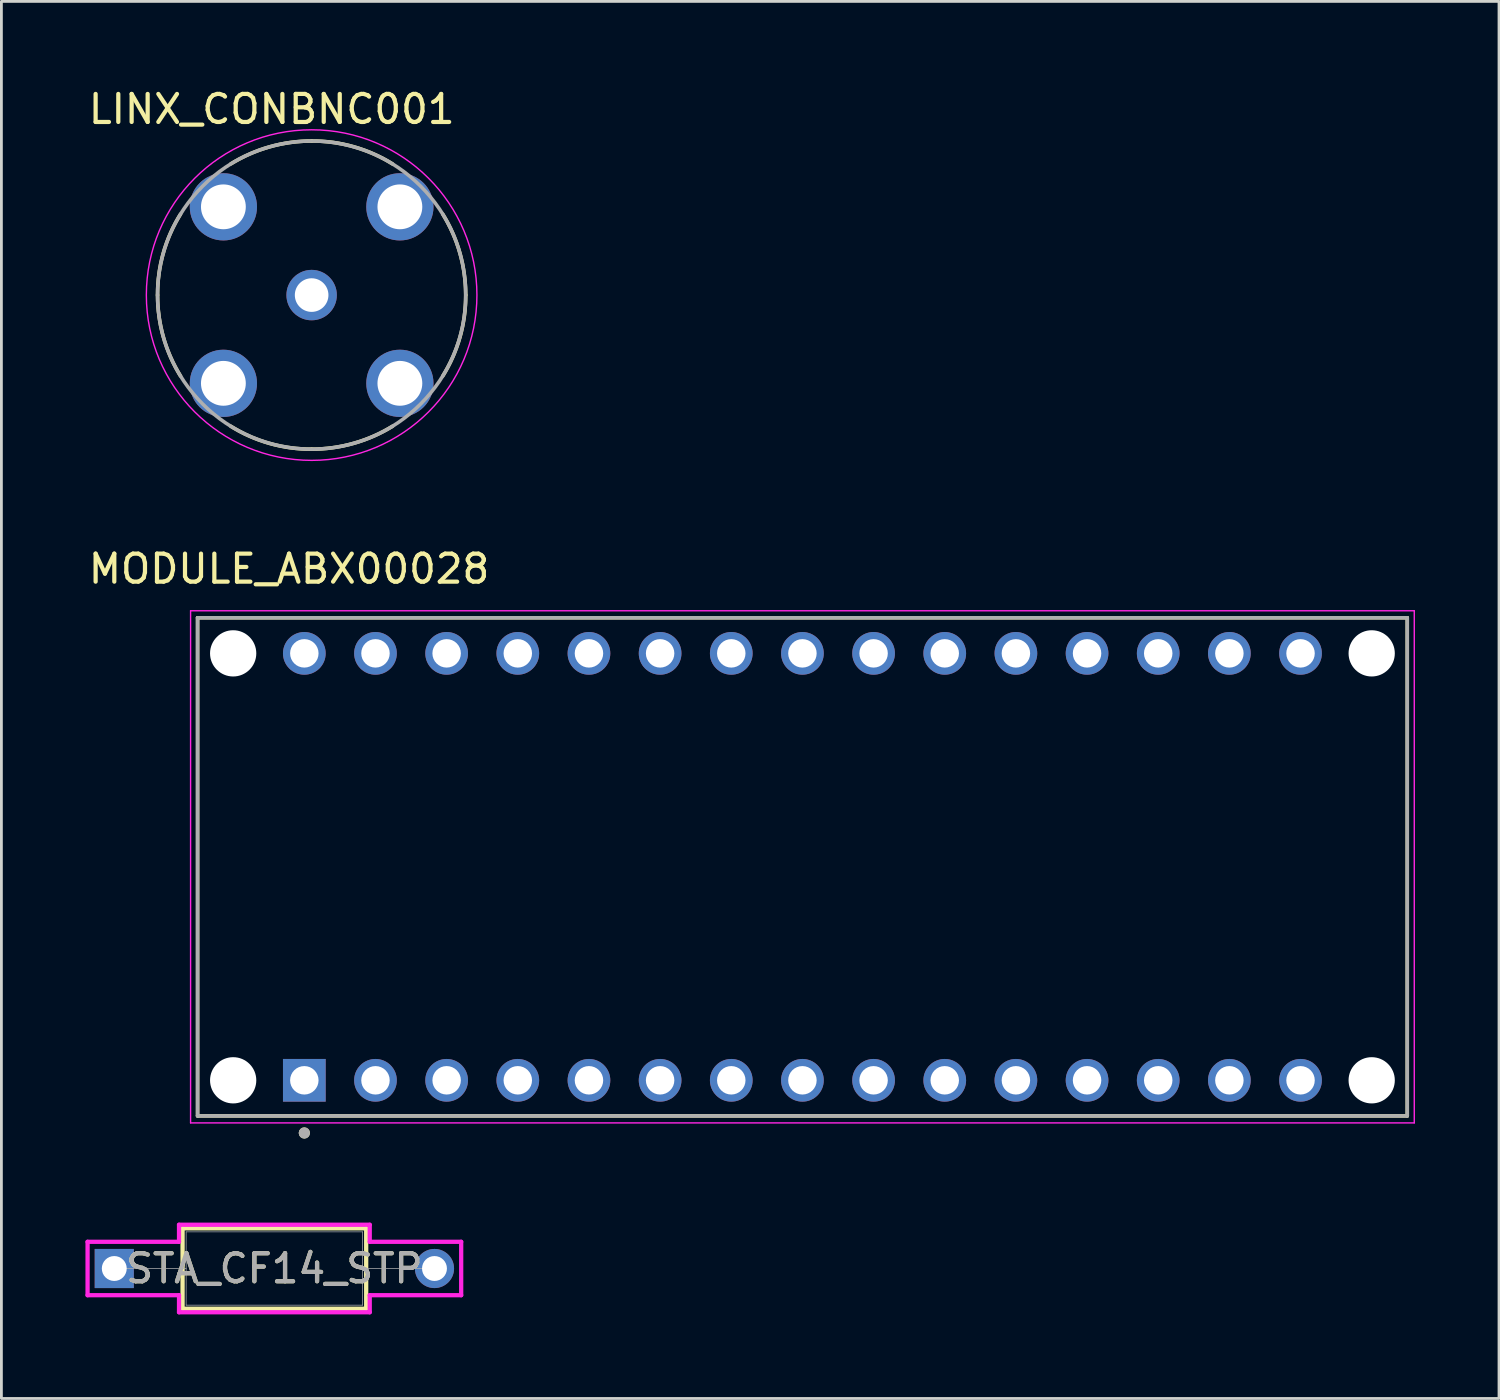
<source format=kicad_pcb>
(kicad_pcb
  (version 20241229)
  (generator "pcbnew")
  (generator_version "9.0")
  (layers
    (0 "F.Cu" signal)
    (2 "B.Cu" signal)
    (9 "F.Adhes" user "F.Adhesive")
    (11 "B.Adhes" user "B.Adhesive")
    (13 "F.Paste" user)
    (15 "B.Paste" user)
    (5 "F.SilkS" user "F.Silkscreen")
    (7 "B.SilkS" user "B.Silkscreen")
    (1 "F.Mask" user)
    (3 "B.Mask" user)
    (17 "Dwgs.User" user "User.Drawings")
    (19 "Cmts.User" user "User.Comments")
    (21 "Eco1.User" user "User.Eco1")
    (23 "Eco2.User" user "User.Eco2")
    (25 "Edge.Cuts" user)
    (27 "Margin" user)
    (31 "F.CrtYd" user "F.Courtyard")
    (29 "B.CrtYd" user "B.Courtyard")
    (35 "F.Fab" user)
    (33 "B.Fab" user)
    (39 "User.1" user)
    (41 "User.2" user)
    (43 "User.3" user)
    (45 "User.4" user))
  (footprint "STA_CF14_STP"
    (layer "F.Cu")
    (at 1.029 42.23)
    (property "Reference" "STA_CF14_STP" (at 5.715 0 0) (unlocked yes) (layer "F.SilkS") (effects (font (size 1 1) (thickness 0.15))))
    (attr through_hole)
    (fp_line (start 2.438 -1.435) (end 2.438 1.435) (stroke (width 0.152) (type solid)) (layer "F.SilkS"))
    (fp_line (start 2.438 1.435) (end 8.992 1.435) (stroke (width 0.152) (type solid)) (layer "F.SilkS"))
    (fp_line (start 8.992 -1.435) (end 2.438 -1.435) (stroke (width 0.152) (type solid)) (layer "F.SilkS"))
    (fp_line (start 8.992 1.435) (end 8.992 -1.435) (stroke (width 0.152) (type solid)) (layer "F.SilkS"))
    (fp_line (start -0.953 -0.953) (end 2.311 -0.953) (stroke (width 0.152) (type solid)) (layer "F.CrtYd"))
    (fp_line (start -0.953 0.953) (end -0.953 -0.953) (stroke (width 0.152) (type solid)) (layer "F.CrtYd"))
    (fp_line (start 2.311 -1.562) (end 9.119 -1.562) (stroke (width 0.152) (type solid)) (layer "F.CrtYd"))
    (fp_line (start 2.311 -0.953) (end 2.311 -1.562) (stroke (width 0.152) (type solid)) (layer "F.CrtYd"))
    (fp_line (start 2.311 0.953) (end -0.953 0.953) (stroke (width 0.152) (type solid)) (layer "F.CrtYd"))
    (fp_line (start 2.311 1.562) (end 2.311 0.953) (stroke (width 0.152) (type solid)) (layer "F.CrtYd"))
    (fp_line (start 9.119 -1.562) (end 9.119 -0.953) (stroke (width 0.152) (type solid)) (layer "F.CrtYd"))
    (fp_line (start 9.119 -0.953) (end 12.383 -0.953) (stroke (width 0.152) (type solid)) (layer "F.CrtYd"))
    (fp_line (start 9.119 0.953) (end 9.119 1.562) (stroke (width 0.152) (type solid)) (layer "F.CrtYd"))
    (fp_line (start 9.119 1.562) (end 2.311 1.562) (stroke (width 0.152) (type solid)) (layer "F.CrtYd"))
    (fp_line (start 12.383 -0.953) (end 12.383 0.953) (stroke (width 0.152) (type solid)) (layer "F.CrtYd"))
    (fp_line (start 12.383 0.953) (end 9.119 0.953) (stroke (width 0.152) (type solid)) (layer "F.CrtYd"))
    (fp_line (start 0 0) (end 2.565 0) (stroke (width 0.025) (type solid)) (layer "F.Fab"))
    (fp_line (start 2.565 -1.308) (end 2.565 1.308) (stroke (width 0.025) (type solid)) (layer "F.Fab"))
    (fp_line (start 2.565 1.308) (end 8.865 1.308) (stroke (width 0.025) (type solid)) (layer "F.Fab"))
    (fp_line (start 8.865 -1.308) (end 2.565 -1.308) (stroke (width 0.025) (type solid)) (layer "F.Fab"))
    (fp_line (start 8.865 1.308) (end 8.865 -1.308) (stroke (width 0.025) (type solid)) (layer "F.Fab"))
    (fp_line (start 11.43 0) (end 8.865 0) (stroke (width 0.025) (type solid)) (layer "F.Fab"))
    (fp_text user "${REFERENCE}" (at 5.715 0 0) (unlocked yes) (layer "F.Fab") (effects (font (size 1 1) (thickness 0.15))))
    (pad "1" thru_hole rect (at 0 0) (size 1.397 1.397) (drill 0.889) (layers "*.Cu" "*.Mask"))
    (pad "2" thru_hole circle (at 11.43 0) (size 1.397 1.397) (drill 0.889) (layers "*.Cu" "*.Mask")))
  (footprint "LINX_CONBNC001"
    (layer "F.Cu")
    (at 8.074 7.483)
    (property "Reference" "LINX_CONBNC001" (at -1.425 -6.635 0) (layer "F.SilkS") (effects (font (size 1 1) (thickness 0.15))))
    (attr through_hole)
    (fp_arc (start -5.5 0) (mid -5.295033 -1.503176) (end -4.68 -2.89) (stroke (width 0.127) (type solid)) (layer "F.SilkS"))
    (fp_arc (start -4.68 2.89) (mid -5.291129 1.502068) (end -5.5 0) (stroke (width 0.127) (type solid)) (layer "F.SilkS"))
    (fp_arc (start -2.89 -4.68) (mid -1.502068 -5.291129) (end 0 -5.5) (stroke (width 0.127) (type solid)) (layer "F.SilkS"))
    (fp_arc (start 0 -5.5) (mid 1.503176 -5.295033) (end 2.89 -4.68) (stroke (width 0.127) (type solid)) (layer "F.SilkS"))
    (fp_arc (start 0 5.5) (mid -1.503176 5.295033) (end -2.89 4.68) (stroke (width 0.127) (type solid)) (layer "F.SilkS"))
    (fp_arc (start 2.89 4.68) (mid 1.502068 5.291129) (end 0 5.5) (stroke (width 0.127) (type solid)) (layer "F.SilkS"))
    (fp_arc (start 4.68 -2.89) (mid 5.291129 -1.502068) (end 5.5 0) (stroke (width 0.127) (type solid)) (layer "F.SilkS"))
    (fp_arc (start 5.5 0) (mid 5.295033 1.503176) (end 4.68 2.89) (stroke (width 0.127) (type solid)) (layer "F.SilkS"))
    (fp_circle (center 0 0) (end 5.9 0) (stroke (width 0.05) (type solid)) (fill no) (layer "F.CrtYd"))
    (fp_circle (center 0 0) (end 5.5 0) (stroke (width 0.127) (type solid)) (fill no) (layer "F.Fab"))
    (pad "1" thru_hole circle (at 0 0) (size 1.8 1.8) (drill 1.2) (layers "*.Cu" "*.Mask"))
    (pad "S1" thru_hole circle (at 3.15 -3.15) (size 2.4 2.4) (drill 1.6) (layers "*.Cu" "*.Mask"))
    (pad "S2" thru_hole circle (at 3.15 3.15) (size 2.4 2.4) (drill 1.6) (layers "*.Cu" "*.Mask"))
    (pad "S3" thru_hole circle (at -3.15 3.15) (size 2.4 2.4) (drill 1.6) (layers "*.Cu" "*.Mask"))
    (pad "S4" thru_hole circle (at -3.15 -3.15) (size 2.4 2.4) (drill 1.6) (layers "*.Cu" "*.Mask")))
  (footprint "MODULE_ABX00028"
    (layer "F.Cu")
    (at 25.593 27.892)
    (property "Reference" "MODULE_ABX00028" (at -18.325 -10.635 0) (layer "F.SilkS") (effects (font (size 1 1) (thickness 0.15))))
    (attr through_hole)
    (fp_line (start -21.59 -8.89) (end -21.59 8.89) (stroke (width 0.127) (type solid)) (layer "F.SilkS"))
    (fp_line (start -21.59 8.89) (end 21.59 8.89) (stroke (width 0.127) (type solid)) (layer "F.SilkS"))
    (fp_line (start 21.59 -8.89) (end -21.59 -8.89) (stroke (width 0.127) (type solid)) (layer "F.SilkS"))
    (fp_line (start 21.59 8.89) (end 21.59 -8.89) (stroke (width 0.127) (type solid)) (layer "F.SilkS"))
    (fp_circle (center -17.78 9.5) (end -17.68 9.5) (stroke (width 0.2) (type solid)) (fill no) (layer "F.SilkS"))
    (fp_line (start -21.84 -9.14) (end -21.84 9.14) (stroke (width 0.05) (type solid)) (layer "F.CrtYd"))
    (fp_line (start -21.84 9.14) (end 21.84 9.14) (stroke (width 0.05) (type solid)) (layer "F.CrtYd"))
    (fp_line (start 21.84 -9.14) (end -21.84 -9.14) (stroke (width 0.05) (type solid)) (layer "F.CrtYd"))
    (fp_line (start 21.84 9.14) (end 21.84 -9.14) (stroke (width 0.05) (type solid)) (layer "F.CrtYd"))
    (fp_line (start -21.59 -8.89) (end -21.59 8.89) (stroke (width 0.127) (type solid)) (layer "F.Fab"))
    (fp_line (start -21.59 8.89) (end 21.59 8.89) (stroke (width 0.127) (type solid)) (layer "F.Fab"))
    (fp_line (start 21.59 -8.89) (end -21.59 -8.89) (stroke (width 0.127) (type solid)) (layer "F.Fab"))
    (fp_line (start 21.59 8.89) (end 21.59 -8.89) (stroke (width 0.127) (type solid)) (layer "F.Fab"))
    (fp_circle (center -17.78 9.5) (end -17.68 9.5) (stroke (width 0.2) (type solid)) (fill no) (layer "F.Fab"))
    (pad "" np_thru_hole circle (at -20.32 -7.62) (size 1.651 1.651) (drill 1.651) (layers "*.Cu" "*.Mask"))
    (pad "" np_thru_hole circle (at -20.32 7.62) (size 1.651 1.651) (drill 1.651) (layers "*.Cu" "*.Mask"))
    (pad "" np_thru_hole circle (at 20.32 -7.62) (size 1.651 1.651) (drill 1.651) (layers "*.Cu" "*.Mask"))
    (pad "" np_thru_hole circle (at 20.32 7.62) (size 1.651 1.651) (drill 1.651) (layers "*.Cu" "*.Mask"))
    (pad "1" thru_hole rect (at -17.78 7.62) (size 1.524 1.524) (drill 1.016) (layers "*.Cu" "*.Mask"))
    (pad "2" thru_hole circle (at -15.24 7.62) (size 1.524 1.524) (drill 1.016) (layers "*.Cu" "*.Mask"))
    (pad "3" thru_hole circle (at -12.7 7.62) (size 1.524 1.524) (drill 1.016) (layers "*.Cu" "*.Mask"))
    (pad "4" thru_hole circle (at -10.16 7.62) (size 1.524 1.524) (drill 1.016) (layers "*.Cu" "*.Mask"))
    (pad "5" thru_hole circle (at -7.62 7.62) (size 1.524 1.524) (drill 1.016) (layers "*.Cu" "*.Mask"))
    (pad "6" thru_hole circle (at -5.08 7.62) (size 1.524 1.524) (drill 1.016) (layers "*.Cu" "*.Mask"))
    (pad "7" thru_hole circle (at -2.54 7.62) (size 1.524 1.524) (drill 1.016) (layers "*.Cu" "*.Mask"))
    (pad "8" thru_hole circle (at 0 7.62) (size 1.524 1.524) (drill 1.016) (layers "*.Cu" "*.Mask"))
    (pad "9" thru_hole circle (at 2.54 7.62) (size 1.524 1.524) (drill 1.016) (layers "*.Cu" "*.Mask"))
    (pad "10" thru_hole circle (at 5.08 7.62) (size 1.524 1.524) (drill 1.016) (layers "*.Cu" "*.Mask"))
    (pad "11" thru_hole circle (at 7.62 7.62) (size 1.524 1.524) (drill 1.016) (layers "*.Cu" "*.Mask"))
    (pad "12" thru_hole circle (at 10.16 7.62) (size 1.524 1.524) (drill 1.016) (layers "*.Cu" "*.Mask"))
    (pad "13" thru_hole circle (at 12.7 7.62) (size 1.524 1.524) (drill 1.016) (layers "*.Cu" "*.Mask"))
    (pad "14" thru_hole circle (at 15.24 7.62) (size 1.524 1.524) (drill 1.016) (layers "*.Cu" "*.Mask"))
    (pad "15" thru_hole circle (at 17.78 7.62) (size 1.524 1.524) (drill 1.016) (layers "*.Cu" "*.Mask"))
    (pad "16" thru_hole circle (at 17.78 -7.62) (size 1.524 1.524) (drill 1.016) (layers "*.Cu" "*.Mask"))
    (pad "17" thru_hole circle (at 15.24 -7.62) (size 1.524 1.524) (drill 1.016) (layers "*.Cu" "*.Mask"))
    (pad "18" thru_hole circle (at 12.7 -7.62) (size 1.524 1.524) (drill 1.016) (layers "*.Cu" "*.Mask"))
    (pad "19" thru_hole circle (at 10.16 -7.62) (size 1.524 1.524) (drill 1.016) (layers "*.Cu" "*.Mask"))
    (pad "20" thru_hole circle (at 7.62 -7.62) (size 1.524 1.524) (drill 1.016) (layers "*.Cu" "*.Mask"))
    (pad "21" thru_hole circle (at 5.08 -7.62) (size 1.524 1.524) (drill 1.016) (layers "*.Cu" "*.Mask"))
    (pad "22" thru_hole circle (at 2.54 -7.62) (size 1.524 1.524) (drill 1.016) (layers "*.Cu" "*.Mask"))
    (pad "23" thru_hole circle (at 0 -7.62) (size 1.524 1.524) (drill 1.016) (layers "*.Cu" "*.Mask"))
    (pad "24" thru_hole circle (at -2.54 -7.62) (size 1.524 1.524) (drill 1.016) (layers "*.Cu" "*.Mask"))
    (pad "25" thru_hole circle (at -5.08 -7.62) (size 1.524 1.524) (drill 1.016) (layers "*.Cu" "*.Mask"))
    (pad "26" thru_hole circle (at -7.62 -7.62) (size 1.524 1.524) (drill 1.016) (layers "*.Cu" "*.Mask"))
    (pad "27" thru_hole circle (at -10.16 -7.62) (size 1.524 1.524) (drill 1.016) (layers "*.Cu" "*.Mask"))
    (pad "28" thru_hole circle (at -12.7 -7.62) (size 1.524 1.524) (drill 1.016) (layers "*.Cu" "*.Mask"))
    (pad "29" thru_hole circle (at -15.24 -7.62) (size 1.524 1.524) (drill 1.016) (layers "*.Cu" "*.Mask"))
    (pad "30" thru_hole circle (at -17.78 -7.62) (size 1.524 1.524) (drill 1.016) (layers "*.Cu" "*.Mask")))
  (gr_rect
    (start -3 -3)
    (end 50.458 46.868)
    (stroke (width 0.1) (type default))
    (fill no)
    (layer "Edge.Cuts")))
</source>
